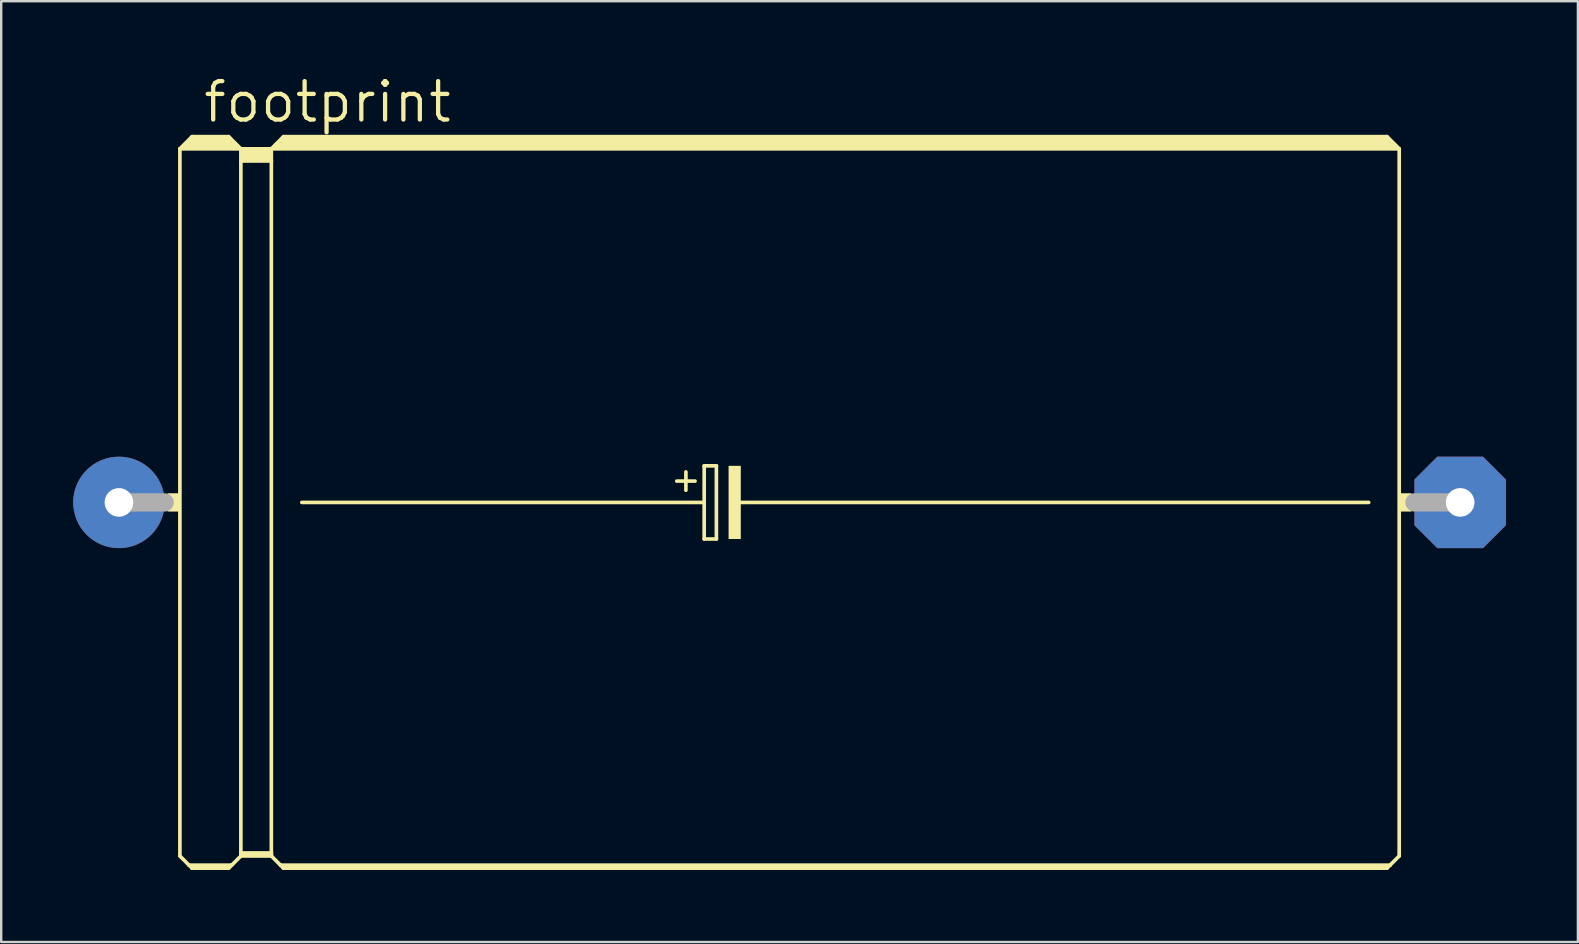
<source format=kicad_pcb>
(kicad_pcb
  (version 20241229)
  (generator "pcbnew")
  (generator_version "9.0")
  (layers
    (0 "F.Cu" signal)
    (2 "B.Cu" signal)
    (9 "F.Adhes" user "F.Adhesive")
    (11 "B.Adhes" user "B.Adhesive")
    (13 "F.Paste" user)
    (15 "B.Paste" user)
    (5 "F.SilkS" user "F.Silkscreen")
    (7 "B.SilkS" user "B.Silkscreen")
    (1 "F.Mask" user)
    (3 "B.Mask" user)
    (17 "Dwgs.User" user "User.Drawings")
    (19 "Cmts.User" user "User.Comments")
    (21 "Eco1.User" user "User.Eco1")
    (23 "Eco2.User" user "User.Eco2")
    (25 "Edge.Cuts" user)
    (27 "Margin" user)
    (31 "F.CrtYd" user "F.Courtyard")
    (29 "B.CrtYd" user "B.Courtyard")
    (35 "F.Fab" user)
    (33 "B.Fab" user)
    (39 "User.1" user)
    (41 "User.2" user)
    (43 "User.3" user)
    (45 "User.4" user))
  (footprint "footprint"
    (layer "F.Cu")
    (at 29.845 17.882)
    (property "Reference" "footprint" (at -24.511 -15.748 0) (layer "F.SilkS") (effects (font (size 1.6 1.6) (thickness 0.178)) (justify left bottom)))
    (fp_line (start -25.4 -14.732) (end -25.4 14.732) (stroke (width 0.152) (type solid)) (layer "F.SilkS"))
    (fp_line (start -25.4 -14.732) (end -24.892 -15.24) (stroke (width 0.152) (type solid)) (layer "F.SilkS"))
    (fp_line (start -25.4 -14.732) (end -22.86 -14.732) (stroke (width 0.152) (type solid)) (layer "F.SilkS"))
    (fp_line (start -25.4 14.732) (end -25.019 15.113) (stroke (width 0.152) (type solid)) (layer "F.SilkS"))
    (fp_line (start -25.146 -14.859) (end -23.114 -14.859) (stroke (width 0.305) (type solid)) (layer "F.SilkS"))
    (fp_line (start -25.019 15.113) (end -24.892 15.24) (stroke (width 0.152) (type solid)) (layer "F.SilkS"))
    (fp_line (start -25.019 15.113) (end -23.241 15.113) (stroke (width 0.152) (type solid)) (layer "F.SilkS"))
    (fp_line (start -24.892 -15.24) (end -23.368 -15.24) (stroke (width 0.152) (type solid)) (layer "F.SilkS"))
    (fp_line (start -24.892 -15.113) (end -23.368 -15.113) (stroke (width 0.305) (type solid)) (layer "F.SilkS"))
    (fp_line (start -24.892 15.189) (end -23.368 15.189) (stroke (width 0.152) (type solid)) (layer "F.SilkS"))
    (fp_line (start -24.892 15.24) (end -24.892 15.189) (stroke (width 0.152) (type solid)) (layer "F.SilkS"))
    (fp_line (start -24.892 15.24) (end -23.368 15.24) (stroke (width 0.152) (type solid)) (layer "F.SilkS"))
    (fp_line (start -23.368 -15.24) (end -22.86 -14.732) (stroke (width 0.152) (type solid)) (layer "F.SilkS"))
    (fp_line (start -23.368 15.24) (end -23.241 15.113) (stroke (width 0.152) (type solid)) (layer "F.SilkS"))
    (fp_line (start -23.241 15.113) (end -22.86 14.732) (stroke (width 0.152) (type solid)) (layer "F.SilkS"))
    (fp_line (start -22.86 -14.732) (end -21.59 -14.732) (stroke (width 0.152) (type solid)) (layer "F.SilkS"))
    (fp_line (start -22.86 -14.224) (end -22.86 -14.732) (stroke (width 0.152) (type solid)) (layer "F.SilkS"))
    (fp_line (start -22.86 -14.224) (end -21.59 -14.224) (stroke (width 0.152) (type solid)) (layer "F.SilkS"))
    (fp_line (start -22.86 14.605) (end -22.86 -14.224) (stroke (width 0.152) (type solid)) (layer "F.SilkS"))
    (fp_line (start -22.86 14.605) (end -21.59 14.605) (stroke (width 0.152) (type solid)) (layer "F.SilkS"))
    (fp_line (start -22.86 14.681) (end -22.86 14.605) (stroke (width 0.152) (type solid)) (layer "F.SilkS"))
    (fp_line (start -22.86 14.681) (end -21.59 14.681) (stroke (width 0.152) (type solid)) (layer "F.SilkS"))
    (fp_line (start -22.86 14.732) (end -22.86 14.681) (stroke (width 0.152) (type solid)) (layer "F.SilkS"))
    (fp_line (start -22.86 14.732) (end -21.59 14.732) (stroke (width 0.152) (type solid)) (layer "F.SilkS"))
    (fp_line (start -22.733 -14.605) (end -21.717 -14.605) (stroke (width 0.305) (type solid)) (layer "F.SilkS"))
    (fp_line (start -22.733 -14.351) (end -21.717 -14.351) (stroke (width 0.305) (type solid)) (layer "F.SilkS"))
    (fp_line (start -21.59 -14.732) (end -21.082 -15.24) (stroke (width 0.152) (type solid)) (layer "F.SilkS"))
    (fp_line (start -21.59 -14.732) (end 25.4 -14.732) (stroke (width 0.152) (type solid)) (layer "F.SilkS"))
    (fp_line (start -21.59 -14.224) (end -21.59 -14.732) (stroke (width 0.152) (type solid)) (layer "F.SilkS"))
    (fp_line (start -21.59 14.605) (end -21.59 -14.224) (stroke (width 0.152) (type solid)) (layer "F.SilkS"))
    (fp_line (start -21.59 14.681) (end -21.59 14.605) (stroke (width 0.152) (type solid)) (layer "F.SilkS"))
    (fp_line (start -21.59 14.732) (end -21.59 14.681) (stroke (width 0.152) (type solid)) (layer "F.SilkS"))
    (fp_line (start -21.59 14.732) (end -21.209 15.113) (stroke (width 0.152) (type solid)) (layer "F.SilkS"))
    (fp_line (start -21.336 -14.859) (end 25.146 -14.859) (stroke (width 0.305) (type solid)) (layer "F.SilkS"))
    (fp_line (start -21.209 15.113) (end -21.082 15.24) (stroke (width 0.152) (type solid)) (layer "F.SilkS"))
    (fp_line (start -21.209 15.113) (end 25.019 15.113) (stroke (width 0.152) (type solid)) (layer "F.SilkS"))
    (fp_line (start -21.082 -15.24) (end 24.892 -15.24) (stroke (width 0.152) (type solid)) (layer "F.SilkS"))
    (fp_line (start -21.082 -15.113) (end 24.892 -15.113) (stroke (width 0.305) (type solid)) (layer "F.SilkS"))
    (fp_line (start -21.082 15.189) (end 24.892 15.189) (stroke (width 0.152) (type solid)) (layer "F.SilkS"))
    (fp_line (start -21.082 15.24) (end -21.082 15.189) (stroke (width 0.152) (type solid)) (layer "F.SilkS"))
    (fp_line (start -21.082 15.24) (end 24.892 15.24) (stroke (width 0.152) (type solid)) (layer "F.SilkS"))
    (fp_line (start -20.32 0) (end -3.556 0) (stroke (width 0.152) (type solid)) (layer "F.SilkS"))
    (fp_line (start -4.699 -0.889) (end -3.937 -0.889) (stroke (width 0.152) (type solid)) (layer "F.SilkS"))
    (fp_line (start -4.318 -1.27) (end -4.318 -0.508) (stroke (width 0.152) (type solid)) (layer "F.SilkS"))
    (fp_line (start -3.556 -1.524) (end -3.556 0) (stroke (width 0.152) (type solid)) (layer "F.SilkS"))
    (fp_line (start -3.556 0) (end -3.556 1.524) (stroke (width 0.152) (type solid)) (layer "F.SilkS"))
    (fp_line (start -3.556 1.524) (end -3.048 1.524) (stroke (width 0.152) (type solid)) (layer "F.SilkS"))
    (fp_line (start -3.048 -1.524) (end -3.556 -1.524) (stroke (width 0.152) (type solid)) (layer "F.SilkS"))
    (fp_line (start -3.048 1.524) (end -3.048 -1.524) (stroke (width 0.152) (type solid)) (layer "F.SilkS"))
    (fp_line (start -2.159 0) (end 24.13 0) (stroke (width 0.152) (type solid)) (layer "F.SilkS"))
    (fp_line (start 24.892 -15.24) (end 25.4 -14.732) (stroke (width 0.152) (type solid)) (layer "F.SilkS"))
    (fp_line (start 24.892 15.24) (end 25.019 15.113) (stroke (width 0.152) (type solid)) (layer "F.SilkS"))
    (fp_line (start 25.019 15.113) (end 25.4 14.732) (stroke (width 0.152) (type solid)) (layer "F.SilkS"))
    (fp_line (start 25.4 -14.732) (end 25.4 14.732) (stroke (width 0.152) (type solid)) (layer "F.SilkS"))
    (fp_poly (pts (xy -25.908 0.381) (xy -25.4 0.381) (xy -25.4 -0.381) (xy -25.908 -0.381)) (stroke (width 0) (type solid)) (fill yes) (layer "F.SilkS"))
    (fp_poly (pts (xy -2.54 1.524) (xy -2.032 1.524) (xy -2.032 -1.524) (xy -2.54 -1.524)) (stroke (width 0) (type solid)) (fill yes) (layer "F.SilkS"))
    (fp_poly (pts (xy 25.4 0.381) (xy 25.908 0.381) (xy 25.908 -0.381) (xy 25.4 -0.381)) (stroke (width 0) (type solid)) (fill yes) (layer "F.SilkS"))
    (fp_line (start -27.94 0) (end -26.035 0) (stroke (width 0.762) (type solid)) (layer "F.Fab"))
    (fp_line (start 27.94 0) (end 26.035 0) (stroke (width 0.762) (type solid)) (layer "F.Fab"))
    (pad "+" thru_hole circle (at -27.94 0) (size 3.81 3.81) (drill 1.194) (layers "*.Cu" "*.Mask"))
    (pad "-" thru_hole roundrect (at 27.94 0) (size 3.81 3.81) (drill 1.194) (layers "*.Cu" "*.Mask") (roundrect_rratio 0.25) (chamfer_ratio 0.25) (chamfer top_left top_right bottom_left bottom_right)))
  (gr_rect
    (start -3 -3)
    (end 62.69 36.198)
    (stroke (width 0.1) (type default))
    (fill no)
    (layer "Edge.Cuts")))
</source>
